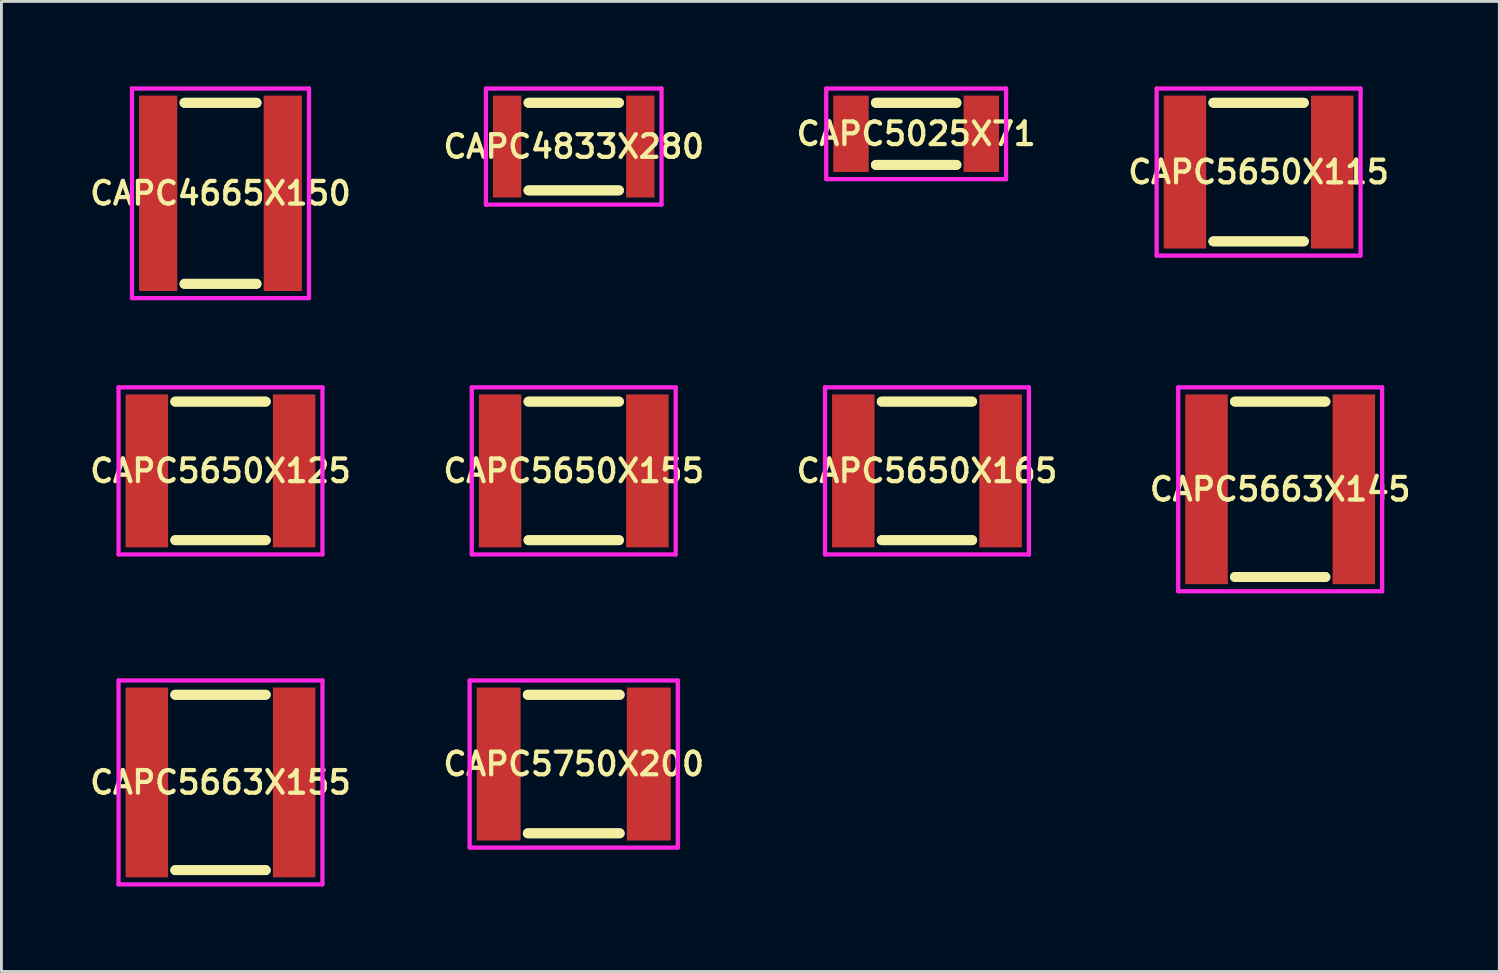
<source format=kicad_pcb>
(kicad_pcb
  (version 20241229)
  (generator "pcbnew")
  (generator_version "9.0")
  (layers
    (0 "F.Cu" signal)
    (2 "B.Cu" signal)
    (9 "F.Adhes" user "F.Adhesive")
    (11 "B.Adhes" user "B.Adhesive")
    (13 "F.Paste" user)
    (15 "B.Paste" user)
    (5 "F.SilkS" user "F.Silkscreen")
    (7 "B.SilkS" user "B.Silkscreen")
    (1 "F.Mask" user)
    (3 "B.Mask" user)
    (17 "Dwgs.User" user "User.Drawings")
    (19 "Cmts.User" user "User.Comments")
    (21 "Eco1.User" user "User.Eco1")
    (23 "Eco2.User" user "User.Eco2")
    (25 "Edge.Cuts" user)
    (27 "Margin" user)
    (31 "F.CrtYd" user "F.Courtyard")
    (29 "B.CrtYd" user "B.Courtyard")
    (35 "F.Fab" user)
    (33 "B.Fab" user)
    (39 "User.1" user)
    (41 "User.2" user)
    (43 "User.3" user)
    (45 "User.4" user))
  (footprint "CAPC5650X165"
    (layer "F.Cu")
    (at 29.677 13.575)
    (property "Reference" "CAPC5650X165" (at 0 0 0) (layer "F.SilkS") (effects (font (size 0.8 0.8) (thickness 0.15))))
    (attr smd)
    (fp_line (start -1.596 -2.446) (end 1.596 -2.446) (stroke (width 0.35) (type solid)) (layer "F.SilkS"))
    (fp_line (start -1.596 2.446) (end 1.596 2.446) (stroke (width 0.35) (type solid)) (layer "F.SilkS"))
    (fp_line (start 1.596 -2.446) (end -1.596 -2.446) (stroke (width 0.35) (type solid)) (layer "F.SilkS"))
    (fp_line (start 1.596 2.446) (end -1.596 2.446) (stroke (width 0.35) (type solid)) (layer "F.SilkS"))
    (fp_line (start -3.6 -2.95) (end 3.6 -2.95) (stroke (width 0.15) (type solid)) (layer "F.CrtYd"))
    (fp_line (start -3.6 2.95) (end -3.6 -2.95) (stroke (width 0.15) (type solid)) (layer "F.CrtYd"))
    (fp_line (start 3.6 -2.95) (end 3.6 2.95) (stroke (width 0.15) (type solid)) (layer "F.CrtYd"))
    (fp_line (start 3.6 2.95) (end -3.6 2.95) (stroke (width 0.15) (type solid)) (layer "F.CrtYd"))
    (pad "1" smd rect (at -2.6 0) (size 1.5 5.4) (layers "F.Cu" "F.Mask" "F.Paste"))
    (pad "2" smd rect (at 2.6 0) (size 1.5 5.4) (layers "F.Cu" "F.Mask" "F.Paste")))
  (footprint "CAPC5663X145"
    (layer "F.Cu")
    (at 42.148 14.225)
    (property "Reference" "CAPC5663X145" (at 0 0 0) (layer "F.SilkS") (effects (font (size 0.8 0.8) (thickness 0.15))))
    (attr smd)
    (fp_line (start -1.596 -3.096) (end 1.596 -3.096) (stroke (width 0.35) (type solid)) (layer "F.SilkS"))
    (fp_line (start -1.596 3.096) (end 1.596 3.096) (stroke (width 0.35) (type solid)) (layer "F.SilkS"))
    (fp_line (start 1.596 -3.096) (end -1.596 -3.096) (stroke (width 0.35) (type solid)) (layer "F.SilkS"))
    (fp_line (start 1.596 3.096) (end -1.596 3.096) (stroke (width 0.35) (type solid)) (layer "F.SilkS"))
    (fp_line (start -3.6 -3.6) (end 3.6 -3.6) (stroke (width 0.15) (type solid)) (layer "F.CrtYd"))
    (fp_line (start -3.6 3.6) (end -3.6 -3.6) (stroke (width 0.15) (type solid)) (layer "F.CrtYd"))
    (fp_line (start 3.6 -3.6) (end 3.6 3.6) (stroke (width 0.15) (type solid)) (layer "F.CrtYd"))
    (fp_line (start 3.6 3.6) (end -3.6 3.6) (stroke (width 0.15) (type solid)) (layer "F.CrtYd"))
    (pad "1" smd rect (at -2.6 0) (size 1.5 6.7) (layers "F.Cu" "F.Mask" "F.Paste"))
    (pad "2" smd rect (at 2.6 0) (size 1.5 6.7) (layers "F.Cu" "F.Mask" "F.Paste")))
  (footprint "CAPC5650X155"
    (layer "F.Cu")
    (at 17.206 13.575)
    (property "Reference" "CAPC5650X155" (at 0 0 0) (layer "F.SilkS") (effects (font (size 0.8 0.8) (thickness 0.15))))
    (attr smd)
    (fp_line (start -1.596 -2.446) (end 1.596 -2.446) (stroke (width 0.35) (type solid)) (layer "F.SilkS"))
    (fp_line (start -1.596 2.446) (end 1.596 2.446) (stroke (width 0.35) (type solid)) (layer "F.SilkS"))
    (fp_line (start 1.596 -2.446) (end -1.596 -2.446) (stroke (width 0.35) (type solid)) (layer "F.SilkS"))
    (fp_line (start 1.596 2.446) (end -1.596 2.446) (stroke (width 0.35) (type solid)) (layer "F.SilkS"))
    (fp_line (start -3.6 -2.95) (end 3.6 -2.95) (stroke (width 0.15) (type solid)) (layer "F.CrtYd"))
    (fp_line (start -3.6 2.95) (end -3.6 -2.95) (stroke (width 0.15) (type solid)) (layer "F.CrtYd"))
    (fp_line (start 3.6 -2.95) (end 3.6 2.95) (stroke (width 0.15) (type solid)) (layer "F.CrtYd"))
    (fp_line (start 3.6 2.95) (end -3.6 2.95) (stroke (width 0.15) (type solid)) (layer "F.CrtYd"))
    (pad "1" smd rect (at -2.6 0) (size 1.5 5.4) (layers "F.Cu" "F.Mask" "F.Paste"))
    (pad "2" smd rect (at 2.6 0) (size 1.5 5.4) (layers "F.Cu" "F.Mask" "F.Paste")))
  (footprint "CAPC5650X115"
    (layer "F.Cu")
    (at 41.386 3.025)
    (property "Reference" "CAPC5650X115" (at 0 0 0) (layer "F.SilkS") (effects (font (size 0.8 0.8) (thickness 0.15))))
    (attr smd)
    (fp_line (start -1.596 -2.446) (end 1.596 -2.446) (stroke (width 0.35) (type solid)) (layer "F.SilkS"))
    (fp_line (start -1.596 2.446) (end 1.596 2.446) (stroke (width 0.35) (type solid)) (layer "F.SilkS"))
    (fp_line (start 1.596 -2.446) (end -1.596 -2.446) (stroke (width 0.35) (type solid)) (layer "F.SilkS"))
    (fp_line (start 1.596 2.446) (end -1.596 2.446) (stroke (width 0.35) (type solid)) (layer "F.SilkS"))
    (fp_line (start -3.6 -2.95) (end 3.6 -2.95) (stroke (width 0.15) (type solid)) (layer "F.CrtYd"))
    (fp_line (start -3.6 2.95) (end -3.6 -2.95) (stroke (width 0.15) (type solid)) (layer "F.CrtYd"))
    (fp_line (start 3.6 -2.95) (end 3.6 2.95) (stroke (width 0.15) (type solid)) (layer "F.CrtYd"))
    (fp_line (start 3.6 2.95) (end -3.6 2.95) (stroke (width 0.15) (type solid)) (layer "F.CrtYd"))
    (pad "1" smd rect (at -2.6 0) (size 1.5 5.4) (layers "F.Cu" "F.Mask" "F.Paste"))
    (pad "2" smd rect (at 2.6 0) (size 1.5 5.4) (layers "F.Cu" "F.Mask" "F.Paste")))
  (footprint "CAPC4833X280"
    (layer "F.Cu")
    (at 17.206 2.125)
    (property "Reference" "CAPC4833X280" (at 0 0 0) (layer "F.SilkS") (effects (font (size 0.8 0.8) (thickness 0.15))))
    (attr smd)
    (fp_line (start -1.596 -1.546) (end 1.596 -1.546) (stroke (width 0.35) (type solid)) (layer "F.SilkS"))
    (fp_line (start -1.596 1.546) (end 1.596 1.546) (stroke (width 0.35) (type solid)) (layer "F.SilkS"))
    (fp_line (start 1.596 -1.546) (end -1.596 -1.546) (stroke (width 0.35) (type solid)) (layer "F.SilkS"))
    (fp_line (start 1.596 1.546) (end -1.596 1.546) (stroke (width 0.35) (type solid)) (layer "F.SilkS"))
    (fp_line (start -3.1 -2.05) (end 3.1 -2.05) (stroke (width 0.15) (type solid)) (layer "F.CrtYd"))
    (fp_line (start -3.1 2.05) (end -3.1 -2.05) (stroke (width 0.15) (type solid)) (layer "F.CrtYd"))
    (fp_line (start 3.1 -2.05) (end 3.1 2.05) (stroke (width 0.15) (type solid)) (layer "F.CrtYd"))
    (fp_line (start 3.1 2.05) (end -3.1 2.05) (stroke (width 0.15) (type solid)) (layer "F.CrtYd"))
    (pad "1" smd rect (at -2.35 0) (size 1 3.6) (layers "F.Cu" "F.Mask" "F.Paste"))
    (pad "2" smd rect (at 2.35 0) (size 1 3.6) (layers "F.Cu" "F.Mask" "F.Paste")))
  (footprint "CAPC5650X125"
    (layer "F.Cu")
    (at 4.735 13.575)
    (property "Reference" "CAPC5650X125" (at 0 0 0) (layer "F.SilkS") (effects (font (size 0.8 0.8) (thickness 0.15))))
    (attr smd)
    (fp_line (start -1.596 -2.446) (end 1.596 -2.446) (stroke (width 0.35) (type solid)) (layer "F.SilkS"))
    (fp_line (start -1.596 2.446) (end 1.596 2.446) (stroke (width 0.35) (type solid)) (layer "F.SilkS"))
    (fp_line (start 1.596 -2.446) (end -1.596 -2.446) (stroke (width 0.35) (type solid)) (layer "F.SilkS"))
    (fp_line (start 1.596 2.446) (end -1.596 2.446) (stroke (width 0.35) (type solid)) (layer "F.SilkS"))
    (fp_line (start -3.6 -2.95) (end 3.6 -2.95) (stroke (width 0.15) (type solid)) (layer "F.CrtYd"))
    (fp_line (start -3.6 2.95) (end -3.6 -2.95) (stroke (width 0.15) (type solid)) (layer "F.CrtYd"))
    (fp_line (start 3.6 -2.95) (end 3.6 2.95) (stroke (width 0.15) (type solid)) (layer "F.CrtYd"))
    (fp_line (start 3.6 2.95) (end -3.6 2.95) (stroke (width 0.15) (type solid)) (layer "F.CrtYd"))
    (pad "1" smd rect (at -2.6 0) (size 1.5 5.4) (layers "F.Cu" "F.Mask" "F.Paste"))
    (pad "2" smd rect (at 2.6 0) (size 1.5 5.4) (layers "F.Cu" "F.Mask" "F.Paste")))
  (footprint "CAPC5025X71"
    (layer "F.Cu")
    (at 29.296 1.675)
    (property "Reference" "CAPC5025X71" (at 0 0 0) (layer "F.SilkS") (effects (font (size 0.8 0.8) (thickness 0.15))))
    (attr smd)
    (fp_line (start -1.421 -1.096) (end 1.421 -1.096) (stroke (width 0.35) (type solid)) (layer "F.SilkS"))
    (fp_line (start -1.421 1.096) (end 1.421 1.096) (stroke (width 0.35) (type solid)) (layer "F.SilkS"))
    (fp_line (start 1.421 -1.096) (end -1.421 -1.096) (stroke (width 0.35) (type solid)) (layer "F.SilkS"))
    (fp_line (start 1.421 1.096) (end -1.421 1.096) (stroke (width 0.35) (type solid)) (layer "F.SilkS"))
    (fp_line (start -3.175 -1.6) (end 3.175 -1.6) (stroke (width 0.15) (type solid)) (layer "F.CrtYd"))
    (fp_line (start -3.175 1.6) (end -3.175 -1.6) (stroke (width 0.15) (type solid)) (layer "F.CrtYd"))
    (fp_line (start 3.175 -1.6) (end 3.175 1.6) (stroke (width 0.15) (type solid)) (layer "F.CrtYd"))
    (fp_line (start 3.175 1.6) (end -3.175 1.6) (stroke (width 0.15) (type solid)) (layer "F.CrtYd"))
    (pad "1" smd rect (at -2.3 0) (size 1.25 2.7) (layers "F.Cu" "F.Mask" "F.Paste"))
    (pad "2" smd rect (at 2.3 0) (size 1.25 2.7) (layers "F.Cu" "F.Mask" "F.Paste")))
  (footprint "CAPC5663X155"
    (layer "F.Cu")
    (at 4.735 24.575)
    (property "Reference" "CAPC5663X155" (at 0 0 0) (layer "F.SilkS") (effects (font (size 0.8 0.8) (thickness 0.15))))
    (attr smd)
    (fp_line (start -1.596 -3.096) (end 1.596 -3.096) (stroke (width 0.35) (type solid)) (layer "F.SilkS"))
    (fp_line (start -1.596 3.096) (end 1.596 3.096) (stroke (width 0.35) (type solid)) (layer "F.SilkS"))
    (fp_line (start 1.596 -3.096) (end -1.596 -3.096) (stroke (width 0.35) (type solid)) (layer "F.SilkS"))
    (fp_line (start 1.596 3.096) (end -1.596 3.096) (stroke (width 0.35) (type solid)) (layer "F.SilkS"))
    (fp_line (start -3.6 -3.6) (end 3.6 -3.6) (stroke (width 0.15) (type solid)) (layer "F.CrtYd"))
    (fp_line (start -3.6 3.6) (end -3.6 -3.6) (stroke (width 0.15) (type solid)) (layer "F.CrtYd"))
    (fp_line (start 3.6 -3.6) (end 3.6 3.6) (stroke (width 0.15) (type solid)) (layer "F.CrtYd"))
    (fp_line (start 3.6 3.6) (end -3.6 3.6) (stroke (width 0.15) (type solid)) (layer "F.CrtYd"))
    (pad "1" smd rect (at -2.6 0) (size 1.5 6.7) (layers "F.Cu" "F.Mask" "F.Paste"))
    (pad "2" smd rect (at 2.6 0) (size 1.5 6.7) (layers "F.Cu" "F.Mask" "F.Paste")))
  (footprint "CAPC4665X150"
    (layer "F.Cu")
    (at 4.735 3.775)
    (property "Reference" "CAPC4665X150" (at 0 0 0) (layer "F.SilkS") (effects (font (size 0.8 0.8) (thickness 0.15))))
    (attr smd)
    (fp_line (start -1.271 -3.196) (end 1.271 -3.196) (stroke (width 0.35) (type solid)) (layer "F.SilkS"))
    (fp_line (start -1.271 3.196) (end 1.271 3.196) (stroke (width 0.35) (type solid)) (layer "F.SilkS"))
    (fp_line (start 1.271 -3.196) (end -1.271 -3.196) (stroke (width 0.35) (type solid)) (layer "F.SilkS"))
    (fp_line (start 1.271 3.196) (end -1.271 3.196) (stroke (width 0.35) (type solid)) (layer "F.SilkS"))
    (fp_line (start -3.125 -3.7) (end 3.125 -3.7) (stroke (width 0.15) (type solid)) (layer "F.CrtYd"))
    (fp_line (start -3.125 3.7) (end -3.125 -3.7) (stroke (width 0.15) (type solid)) (layer "F.CrtYd"))
    (fp_line (start 3.125 -3.7) (end 3.125 3.7) (stroke (width 0.15) (type solid)) (layer "F.CrtYd"))
    (fp_line (start 3.125 3.7) (end -3.125 3.7) (stroke (width 0.15) (type solid)) (layer "F.CrtYd"))
    (pad "1" smd rect (at -2.2 0) (size 1.35 6.9) (layers "F.Cu" "F.Mask" "F.Paste"))
    (pad "2" smd rect (at 2.2 0) (size 1.35 6.9) (layers "F.Cu" "F.Mask" "F.Paste")))
  (footprint "CAPC5750X200"
    (layer "F.Cu")
    (at 17.206 23.925)
    (property "Reference" "CAPC5750X200" (at 0 0 0) (layer "F.SilkS") (effects (font (size 0.8 0.8) (thickness 0.15))))
    (attr smd)
    (fp_line (start -1.621 -2.446) (end 1.621 -2.446) (stroke (width 0.35) (type solid)) (layer "F.SilkS"))
    (fp_line (start -1.621 2.446) (end 1.621 2.446) (stroke (width 0.35) (type solid)) (layer "F.SilkS"))
    (fp_line (start 1.621 -2.446) (end -1.621 -2.446) (stroke (width 0.35) (type solid)) (layer "F.SilkS"))
    (fp_line (start 1.621 2.446) (end -1.621 2.446) (stroke (width 0.35) (type solid)) (layer "F.SilkS"))
    (fp_line (start -3.675 -2.95) (end 3.675 -2.95) (stroke (width 0.15) (type solid)) (layer "F.CrtYd"))
    (fp_line (start -3.675 2.95) (end -3.675 -2.95) (stroke (width 0.15) (type solid)) (layer "F.CrtYd"))
    (fp_line (start 3.675 -2.95) (end 3.675 2.95) (stroke (width 0.15) (type solid)) (layer "F.CrtYd"))
    (fp_line (start 3.675 2.95) (end -3.675 2.95) (stroke (width 0.15) (type solid)) (layer "F.CrtYd"))
    (pad "1" smd rect (at -2.65 0) (size 1.55 5.4) (layers "F.Cu" "F.Mask" "F.Paste"))
    (pad "2" smd rect (at 2.65 0) (size 1.55 5.4) (layers "F.Cu" "F.Mask" "F.Paste")))
  (gr_rect
    (start -3 -3)
    (end 49.884 31.25)
    (stroke (width 0.1) (type default))
    (fill no)
    (layer "Edge.Cuts")))
</source>
